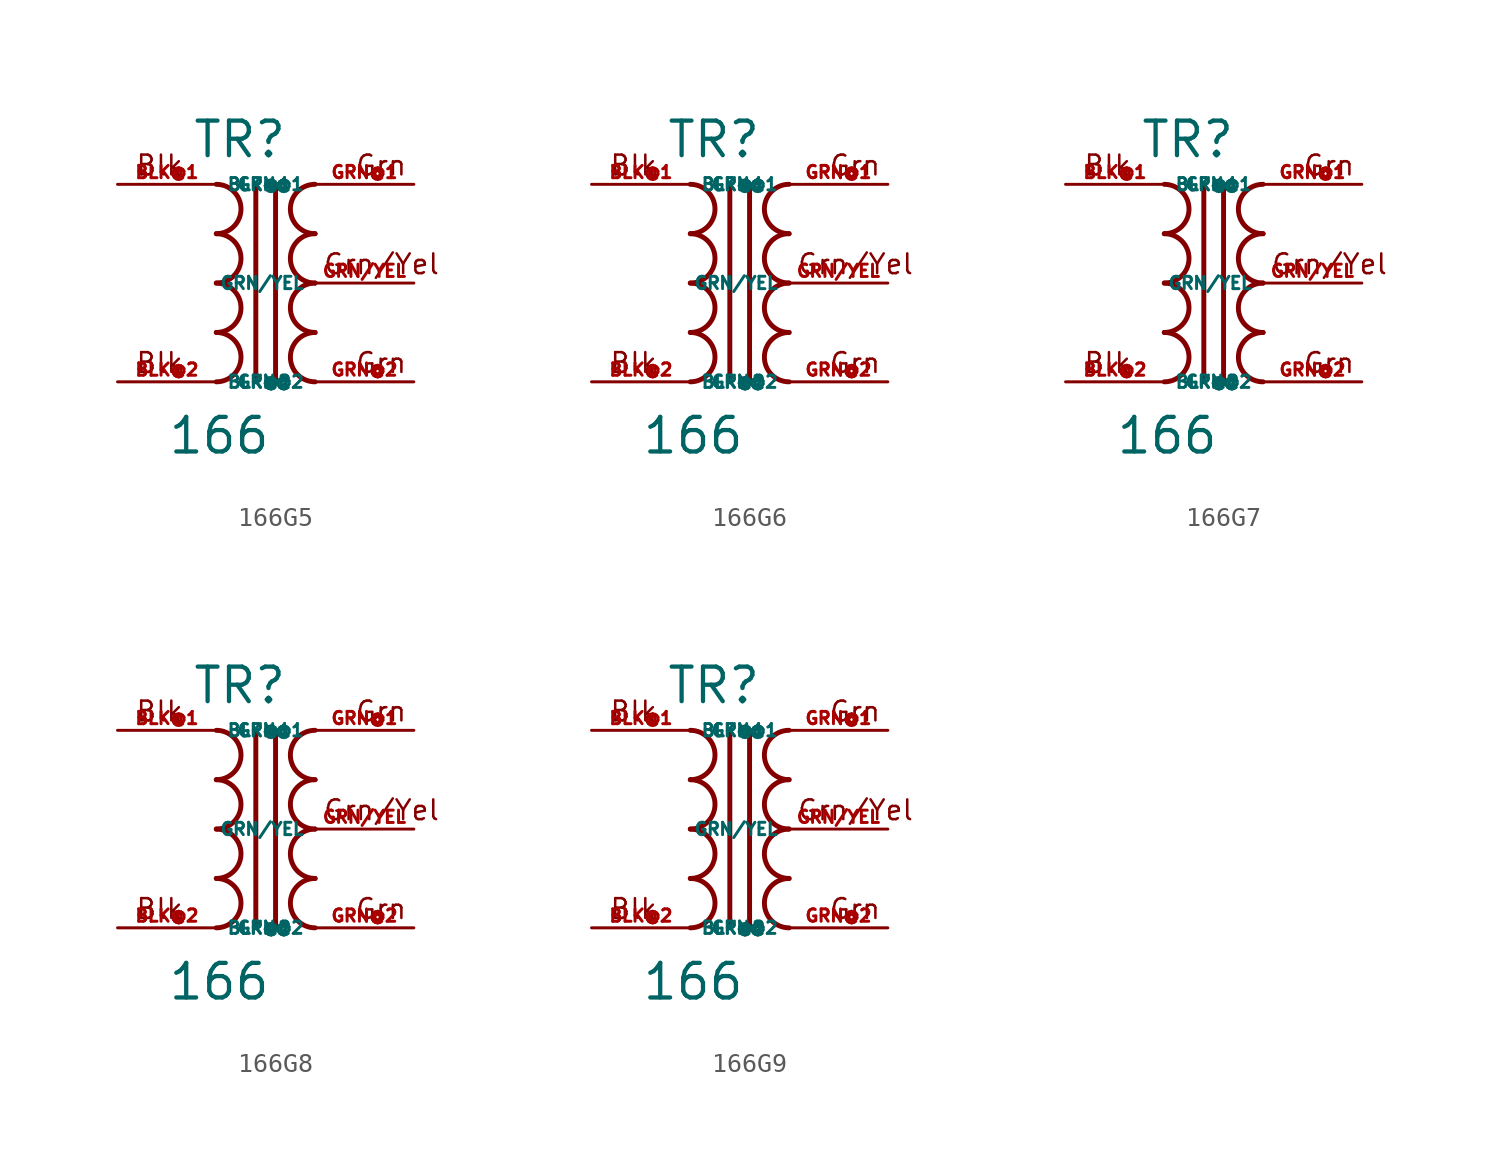
<source format=kicad_sym>
(kicad_symbol_lib
  (version 20220914)
  (generator Eagle2Kicad)
  (symbol "166G5"
    (property "Reference" "TR"
      (at -3.81 6.35 0)
      (effects (font (size 1.778 1.778) (thickness 0.22)) (justify left bottom)))
    (property "Value" "166"
      (at -5.08 -8.89 0)
      (effects (font (size 1.778 1.778) (thickness 0.22)) (justify left bottom)))
    (polyline
      (pts (xy -0.508 5.08) (xy -0.508 -5.08))
      (stroke (width 0.254) (type default))
      (fill (type none)))
    (arc
      (start -2.54 0)
      (mid -1.270 1.270)
      (end -2.54 2.54)
      (stroke (width 0.254) (type default))
      (fill (type none)))
    (arc
      (start -2.54 -2.54)
      (mid -1.270 -1.270)
      (end -2.54 0)
      (stroke (width 0.254) (type default))
      (fill (type none)))
    (arc
      (start -2.54 -5.08)
      (mid -1.270 -3.810)
      (end -2.54 -2.54)
      (stroke (width 0.254) (type default))
      (fill (type none)))
    (arc
      (start -2.54 2.54)
      (mid -1.270 3.810)
      (end -2.54 5.08)
      (stroke (width 0.254) (type default))
      (fill (type none)))
    (arc
      (start 2.54 2.54)
      (mid 1.270 1.270)
      (end 2.54 0)
      (stroke (width 0.254) (type default))
      (fill (type none)))
    (arc
      (start 2.54 5.08)
      (mid 1.270 3.810)
      (end 2.54 2.54)
      (stroke (width 0.254) (type default))
      (fill (type none)))
    (arc
      (start 2.54 0)
      (mid 1.270 -1.270)
      (end 2.54 -2.54)
      (stroke (width 0.254) (type default))
      (fill (type none)))
    (arc
      (start 2.54 -2.54)
      (mid 1.270 -3.810)
      (end 2.54 -5.08)
      (stroke (width 0.254) (type default))
      (fill (type none)))
    (polyline
      (pts (xy 0.508 5.08) (xy 0.508 -5.08))
      (stroke (width 0.254) (type default))
      (fill (type none)))
    (text "Blk"
      (at -6.731 5.461 0)
      (effects (font (size 1.016 1.016) (thickness 0.13)) (justify left bottom)))
    (text "Blk"
      (at -6.731 -4.699 0)
      (effects (font (size 1.016 1.016) (thickness 0.13)) (justify left bottom)))
    (text "Grn"
      (at 4.572 5.461 0)
      (effects (font (size 1.016 1.016) (thickness 0.13)) (justify left bottom)))
    (text "Grn"
      (at 4.572 -4.699 0)
      (effects (font (size 1.016 1.016) (thickness 0.13)) (justify left bottom)))
    (text "Grn/Yel"
      (at 2.921 0.381 0)
      (effects (font (size 1.016 1.016) (thickness 0.13)) (justify left bottom)))
    (pin passive line
      (at -7.62 5.08 0)
      (length 5.08)
      (name "BLK@1" (effects (font (size 0.635 0.635) (thickness 0.08)) (justify left bottom)))
      (number "BLK@1" (effects (font (size 0.635 0.635) (thickness 0.08)) (justify left bottom))))
    (pin passive line
      (at -7.62 -5.08 0)
      (length 5.08)
      (name "BLK@2" (effects (font (size 0.635 0.635) (thickness 0.08)) (justify left bottom)))
      (number "BLK@2" (effects (font (size 0.635 0.635) (thickness 0.08)) (justify left bottom))))
    (pin passive line
      (at 7.62 5.08 180)
      (length 5.08)
      (name "GRN@1" (effects (font (size 0.635 0.635) (thickness 0.08)) (justify left bottom)))
      (number "GRN@1" (effects (font (size 0.635 0.635) (thickness 0.08)) (justify left bottom))))
    (pin passive line
      (at 7.62 0 180)
      (length 5.08)
      (name "GRN/YEL" (effects (font (size 0.635 0.635) (thickness 0.08)) (justify left bottom)))
      (number "GRN/YEL" (effects (font (size 0.635 0.635) (thickness 0.08)) (justify left bottom))))
    (pin passive line
      (at 7.62 -5.08 180)
      (length 5.08)
      (name "GRN@2" (effects (font (size 0.635 0.635) (thickness 0.08)) (justify left bottom)))
      (number "GRN@2" (effects (font (size 0.635 0.635) (thickness 0.08)) (justify left bottom)))))
  (symbol "166G6"
    (property "Reference" "TR"
      (at -3.81 6.35 0)
      (effects (font (size 1.778 1.778) (thickness 0.22)) (justify left bottom)))
    (property "Value" "166"
      (at -5.08 -8.89 0)
      (effects (font (size 1.778 1.778) (thickness 0.22)) (justify left bottom)))
    (polyline
      (pts (xy -0.508 5.08) (xy -0.508 -5.08))
      (stroke (width 0.254) (type default))
      (fill (type none)))
    (arc
      (start -2.54 0)
      (mid -1.270 1.270)
      (end -2.54 2.54)
      (stroke (width 0.254) (type default))
      (fill (type none)))
    (arc
      (start -2.54 -2.54)
      (mid -1.270 -1.270)
      (end -2.54 0)
      (stroke (width 0.254) (type default))
      (fill (type none)))
    (arc
      (start -2.54 -5.08)
      (mid -1.270 -3.810)
      (end -2.54 -2.54)
      (stroke (width 0.254) (type default))
      (fill (type none)))
    (arc
      (start -2.54 2.54)
      (mid -1.270 3.810)
      (end -2.54 5.08)
      (stroke (width 0.254) (type default))
      (fill (type none)))
    (arc
      (start 2.54 2.54)
      (mid 1.270 1.270)
      (end 2.54 0)
      (stroke (width 0.254) (type default))
      (fill (type none)))
    (arc
      (start 2.54 5.08)
      (mid 1.270 3.810)
      (end 2.54 2.54)
      (stroke (width 0.254) (type default))
      (fill (type none)))
    (arc
      (start 2.54 0)
      (mid 1.270 -1.270)
      (end 2.54 -2.54)
      (stroke (width 0.254) (type default))
      (fill (type none)))
    (arc
      (start 2.54 -2.54)
      (mid 1.270 -3.810)
      (end 2.54 -5.08)
      (stroke (width 0.254) (type default))
      (fill (type none)))
    (polyline
      (pts (xy 0.508 5.08) (xy 0.508 -5.08))
      (stroke (width 0.254) (type default))
      (fill (type none)))
    (text "Blk"
      (at -6.731 5.461 0)
      (effects (font (size 1.016 1.016) (thickness 0.13)) (justify left bottom)))
    (text "Blk"
      (at -6.731 -4.699 0)
      (effects (font (size 1.016 1.016) (thickness 0.13)) (justify left bottom)))
    (text "Grn"
      (at 4.572 5.461 0)
      (effects (font (size 1.016 1.016) (thickness 0.13)) (justify left bottom)))
    (text "Grn"
      (at 4.572 -4.699 0)
      (effects (font (size 1.016 1.016) (thickness 0.13)) (justify left bottom)))
    (text "Grn/Yel"
      (at 2.921 0.381 0)
      (effects (font (size 1.016 1.016) (thickness 0.13)) (justify left bottom)))
    (pin passive line
      (at -7.62 5.08 0)
      (length 5.08)
      (name "BLK@1" (effects (font (size 0.635 0.635) (thickness 0.08)) (justify left bottom)))
      (number "BLK@1" (effects (font (size 0.635 0.635) (thickness 0.08)) (justify left bottom))))
    (pin passive line
      (at -7.62 -5.08 0)
      (length 5.08)
      (name "BLK@2" (effects (font (size 0.635 0.635) (thickness 0.08)) (justify left bottom)))
      (number "BLK@2" (effects (font (size 0.635 0.635) (thickness 0.08)) (justify left bottom))))
    (pin passive line
      (at 7.62 5.08 180)
      (length 5.08)
      (name "GRN@1" (effects (font (size 0.635 0.635) (thickness 0.08)) (justify left bottom)))
      (number "GRN@1" (effects (font (size 0.635 0.635) (thickness 0.08)) (justify left bottom))))
    (pin passive line
      (at 7.62 0 180)
      (length 5.08)
      (name "GRN/YEL" (effects (font (size 0.635 0.635) (thickness 0.08)) (justify left bottom)))
      (number "GRN/YEL" (effects (font (size 0.635 0.635) (thickness 0.08)) (justify left bottom))))
    (pin passive line
      (at 7.62 -5.08 180)
      (length 5.08)
      (name "GRN@2" (effects (font (size 0.635 0.635) (thickness 0.08)) (justify left bottom)))
      (number "GRN@2" (effects (font (size 0.635 0.635) (thickness 0.08)) (justify left bottom)))))
  (symbol "166G7"
    (property "Reference" "TR"
      (at -3.81 6.35 0)
      (effects (font (size 1.778 1.778) (thickness 0.22)) (justify left bottom)))
    (property "Value" "166"
      (at -5.08 -8.89 0)
      (effects (font (size 1.778 1.778) (thickness 0.22)) (justify left bottom)))
    (polyline
      (pts (xy -0.508 5.08) (xy -0.508 -5.08))
      (stroke (width 0.254) (type default))
      (fill (type none)))
    (arc
      (start -2.54 0)
      (mid -1.270 1.270)
      (end -2.54 2.54)
      (stroke (width 0.254) (type default))
      (fill (type none)))
    (arc
      (start -2.54 -2.54)
      (mid -1.270 -1.270)
      (end -2.54 0)
      (stroke (width 0.254) (type default))
      (fill (type none)))
    (arc
      (start -2.54 -5.08)
      (mid -1.270 -3.810)
      (end -2.54 -2.54)
      (stroke (width 0.254) (type default))
      (fill (type none)))
    (arc
      (start -2.54 2.54)
      (mid -1.270 3.810)
      (end -2.54 5.08)
      (stroke (width 0.254) (type default))
      (fill (type none)))
    (arc
      (start 2.54 2.54)
      (mid 1.270 1.270)
      (end 2.54 0)
      (stroke (width 0.254) (type default))
      (fill (type none)))
    (arc
      (start 2.54 5.08)
      (mid 1.270 3.810)
      (end 2.54 2.54)
      (stroke (width 0.254) (type default))
      (fill (type none)))
    (arc
      (start 2.54 0)
      (mid 1.270 -1.270)
      (end 2.54 -2.54)
      (stroke (width 0.254) (type default))
      (fill (type none)))
    (arc
      (start 2.54 -2.54)
      (mid 1.270 -3.810)
      (end 2.54 -5.08)
      (stroke (width 0.254) (type default))
      (fill (type none)))
    (polyline
      (pts (xy 0.508 5.08) (xy 0.508 -5.08))
      (stroke (width 0.254) (type default))
      (fill (type none)))
    (text "Blk"
      (at -6.731 5.461 0)
      (effects (font (size 1.016 1.016) (thickness 0.13)) (justify left bottom)))
    (text "Blk"
      (at -6.731 -4.699 0)
      (effects (font (size 1.016 1.016) (thickness 0.13)) (justify left bottom)))
    (text "Grn"
      (at 4.572 5.461 0)
      (effects (font (size 1.016 1.016) (thickness 0.13)) (justify left bottom)))
    (text "Grn"
      (at 4.572 -4.699 0)
      (effects (font (size 1.016 1.016) (thickness 0.13)) (justify left bottom)))
    (text "Grn/Yel"
      (at 2.921 0.381 0)
      (effects (font (size 1.016 1.016) (thickness 0.13)) (justify left bottom)))
    (pin passive line
      (at -7.62 5.08 0)
      (length 5.08)
      (name "BLK@1" (effects (font (size 0.635 0.635) (thickness 0.08)) (justify left bottom)))
      (number "BLK@1" (effects (font (size 0.635 0.635) (thickness 0.08)) (justify left bottom))))
    (pin passive line
      (at -7.62 -5.08 0)
      (length 5.08)
      (name "BLK@2" (effects (font (size 0.635 0.635) (thickness 0.08)) (justify left bottom)))
      (number "BLK@2" (effects (font (size 0.635 0.635) (thickness 0.08)) (justify left bottom))))
    (pin passive line
      (at 7.62 5.08 180)
      (length 5.08)
      (name "GRN@1" (effects (font (size 0.635 0.635) (thickness 0.08)) (justify left bottom)))
      (number "GRN@1" (effects (font (size 0.635 0.635) (thickness 0.08)) (justify left bottom))))
    (pin passive line
      (at 7.62 0 180)
      (length 5.08)
      (name "GRN/YEL" (effects (font (size 0.635 0.635) (thickness 0.08)) (justify left bottom)))
      (number "GRN/YEL" (effects (font (size 0.635 0.635) (thickness 0.08)) (justify left bottom))))
    (pin passive line
      (at 7.62 -5.08 180)
      (length 5.08)
      (name "GRN@2" (effects (font (size 0.635 0.635) (thickness 0.08)) (justify left bottom)))
      (number "GRN@2" (effects (font (size 0.635 0.635) (thickness 0.08)) (justify left bottom)))))
  (symbol "166G8"
    (property "Reference" "TR"
      (at -3.81 6.35 0)
      (effects (font (size 1.778 1.778) (thickness 0.22)) (justify left bottom)))
    (property "Value" "166"
      (at -5.08 -8.89 0)
      (effects (font (size 1.778 1.778) (thickness 0.22)) (justify left bottom)))
    (polyline
      (pts (xy -0.508 5.08) (xy -0.508 -5.08))
      (stroke (width 0.254) (type default))
      (fill (type none)))
    (arc
      (start -2.54 0)
      (mid -1.270 1.270)
      (end -2.54 2.54)
      (stroke (width 0.254) (type default))
      (fill (type none)))
    (arc
      (start -2.54 -2.54)
      (mid -1.270 -1.270)
      (end -2.54 0)
      (stroke (width 0.254) (type default))
      (fill (type none)))
    (arc
      (start -2.54 -5.08)
      (mid -1.270 -3.810)
      (end -2.54 -2.54)
      (stroke (width 0.254) (type default))
      (fill (type none)))
    (arc
      (start -2.54 2.54)
      (mid -1.270 3.810)
      (end -2.54 5.08)
      (stroke (width 0.254) (type default))
      (fill (type none)))
    (arc
      (start 2.54 2.54)
      (mid 1.270 1.270)
      (end 2.54 0)
      (stroke (width 0.254) (type default))
      (fill (type none)))
    (arc
      (start 2.54 5.08)
      (mid 1.270 3.810)
      (end 2.54 2.54)
      (stroke (width 0.254) (type default))
      (fill (type none)))
    (arc
      (start 2.54 0)
      (mid 1.270 -1.270)
      (end 2.54 -2.54)
      (stroke (width 0.254) (type default))
      (fill (type none)))
    (arc
      (start 2.54 -2.54)
      (mid 1.270 -3.810)
      (end 2.54 -5.08)
      (stroke (width 0.254) (type default))
      (fill (type none)))
    (polyline
      (pts (xy 0.508 5.08) (xy 0.508 -5.08))
      (stroke (width 0.254) (type default))
      (fill (type none)))
    (text "Blk"
      (at -6.731 5.461 0)
      (effects (font (size 1.016 1.016) (thickness 0.13)) (justify left bottom)))
    (text "Blk"
      (at -6.731 -4.699 0)
      (effects (font (size 1.016 1.016) (thickness 0.13)) (justify left bottom)))
    (text "Grn"
      (at 4.572 5.461 0)
      (effects (font (size 1.016 1.016) (thickness 0.13)) (justify left bottom)))
    (text "Grn"
      (at 4.572 -4.699 0)
      (effects (font (size 1.016 1.016) (thickness 0.13)) (justify left bottom)))
    (text "Grn/Yel"
      (at 2.921 0.381 0)
      (effects (font (size 1.016 1.016) (thickness 0.13)) (justify left bottom)))
    (pin passive line
      (at -7.62 5.08 0)
      (length 5.08)
      (name "BLK@1" (effects (font (size 0.635 0.635) (thickness 0.08)) (justify left bottom)))
      (number "BLK@1" (effects (font (size 0.635 0.635) (thickness 0.08)) (justify left bottom))))
    (pin passive line
      (at -7.62 -5.08 0)
      (length 5.08)
      (name "BLK@2" (effects (font (size 0.635 0.635) (thickness 0.08)) (justify left bottom)))
      (number "BLK@2" (effects (font (size 0.635 0.635) (thickness 0.08)) (justify left bottom))))
    (pin passive line
      (at 7.62 5.08 180)
      (length 5.08)
      (name "GRN@1" (effects (font (size 0.635 0.635) (thickness 0.08)) (justify left bottom)))
      (number "GRN@1" (effects (font (size 0.635 0.635) (thickness 0.08)) (justify left bottom))))
    (pin passive line
      (at 7.62 0 180)
      (length 5.08)
      (name "GRN/YEL" (effects (font (size 0.635 0.635) (thickness 0.08)) (justify left bottom)))
      (number "GRN/YEL" (effects (font (size 0.635 0.635) (thickness 0.08)) (justify left bottom))))
    (pin passive line
      (at 7.62 -5.08 180)
      (length 5.08)
      (name "GRN@2" (effects (font (size 0.635 0.635) (thickness 0.08)) (justify left bottom)))
      (number "GRN@2" (effects (font (size 0.635 0.635) (thickness 0.08)) (justify left bottom)))))
  (symbol "166G9"
    (property "Reference" "TR"
      (at -3.81 6.35 0)
      (effects (font (size 1.778 1.778) (thickness 0.22)) (justify left bottom)))
    (property "Value" "166"
      (at -5.08 -8.89 0)
      (effects (font (size 1.778 1.778) (thickness 0.22)) (justify left bottom)))
    (polyline
      (pts (xy -0.508 5.08) (xy -0.508 -5.08))
      (stroke (width 0.254) (type default))
      (fill (type none)))
    (arc
      (start -2.54 0)
      (mid -1.270 1.270)
      (end -2.54 2.54)
      (stroke (width 0.254) (type default))
      (fill (type none)))
    (arc
      (start -2.54 -2.54)
      (mid -1.270 -1.270)
      (end -2.54 0)
      (stroke (width 0.254) (type default))
      (fill (type none)))
    (arc
      (start -2.54 -5.08)
      (mid -1.270 -3.810)
      (end -2.54 -2.54)
      (stroke (width 0.254) (type default))
      (fill (type none)))
    (arc
      (start -2.54 2.54)
      (mid -1.270 3.810)
      (end -2.54 5.08)
      (stroke (width 0.254) (type default))
      (fill (type none)))
    (arc
      (start 2.54 2.54)
      (mid 1.270 1.270)
      (end 2.54 0)
      (stroke (width 0.254) (type default))
      (fill (type none)))
    (arc
      (start 2.54 5.08)
      (mid 1.270 3.810)
      (end 2.54 2.54)
      (stroke (width 0.254) (type default))
      (fill (type none)))
    (arc
      (start 2.54 0)
      (mid 1.270 -1.270)
      (end 2.54 -2.54)
      (stroke (width 0.254) (type default))
      (fill (type none)))
    (arc
      (start 2.54 -2.54)
      (mid 1.270 -3.810)
      (end 2.54 -5.08)
      (stroke (width 0.254) (type default))
      (fill (type none)))
    (polyline
      (pts (xy 0.508 5.08) (xy 0.508 -5.08))
      (stroke (width 0.254) (type default))
      (fill (type none)))
    (text "Blk"
      (at -6.731 5.461 0)
      (effects (font (size 1.016 1.016) (thickness 0.13)) (justify left bottom)))
    (text "Blk"
      (at -6.731 -4.699 0)
      (effects (font (size 1.016 1.016) (thickness 0.13)) (justify left bottom)))
    (text "Grn"
      (at 4.572 5.461 0)
      (effects (font (size 1.016 1.016) (thickness 0.13)) (justify left bottom)))
    (text "Grn"
      (at 4.572 -4.699 0)
      (effects (font (size 1.016 1.016) (thickness 0.13)) (justify left bottom)))
    (text "Grn/Yel"
      (at 2.921 0.381 0)
      (effects (font (size 1.016 1.016) (thickness 0.13)) (justify left bottom)))
    (pin passive line
      (at -7.62 5.08 0)
      (length 5.08)
      (name "BLK@1" (effects (font (size 0.635 0.635) (thickness 0.08)) (justify left bottom)))
      (number "BLK@1" (effects (font (size 0.635 0.635) (thickness 0.08)) (justify left bottom))))
    (pin passive line
      (at -7.62 -5.08 0)
      (length 5.08)
      (name "BLK@2" (effects (font (size 0.635 0.635) (thickness 0.08)) (justify left bottom)))
      (number "BLK@2" (effects (font (size 0.635 0.635) (thickness 0.08)) (justify left bottom))))
    (pin passive line
      (at 7.62 5.08 180)
      (length 5.08)
      (name "GRN@1" (effects (font (size 0.635 0.635) (thickness 0.08)) (justify left bottom)))
      (number "GRN@1" (effects (font (size 0.635 0.635) (thickness 0.08)) (justify left bottom))))
    (pin passive line
      (at 7.62 0 180)
      (length 5.08)
      (name "GRN/YEL" (effects (font (size 0.635 0.635) (thickness 0.08)) (justify left bottom)))
      (number "GRN/YEL" (effects (font (size 0.635 0.635) (thickness 0.08)) (justify left bottom))))
    (pin passive line
      (at 7.62 -5.08 180)
      (length 5.08)
      (name "GRN@2" (effects (font (size 0.635 0.635) (thickness 0.08)) (justify left bottom)))
      (number "GRN@2" (effects (font (size 0.635 0.635) (thickness 0.08)) (justify left bottom))))))
</source>
